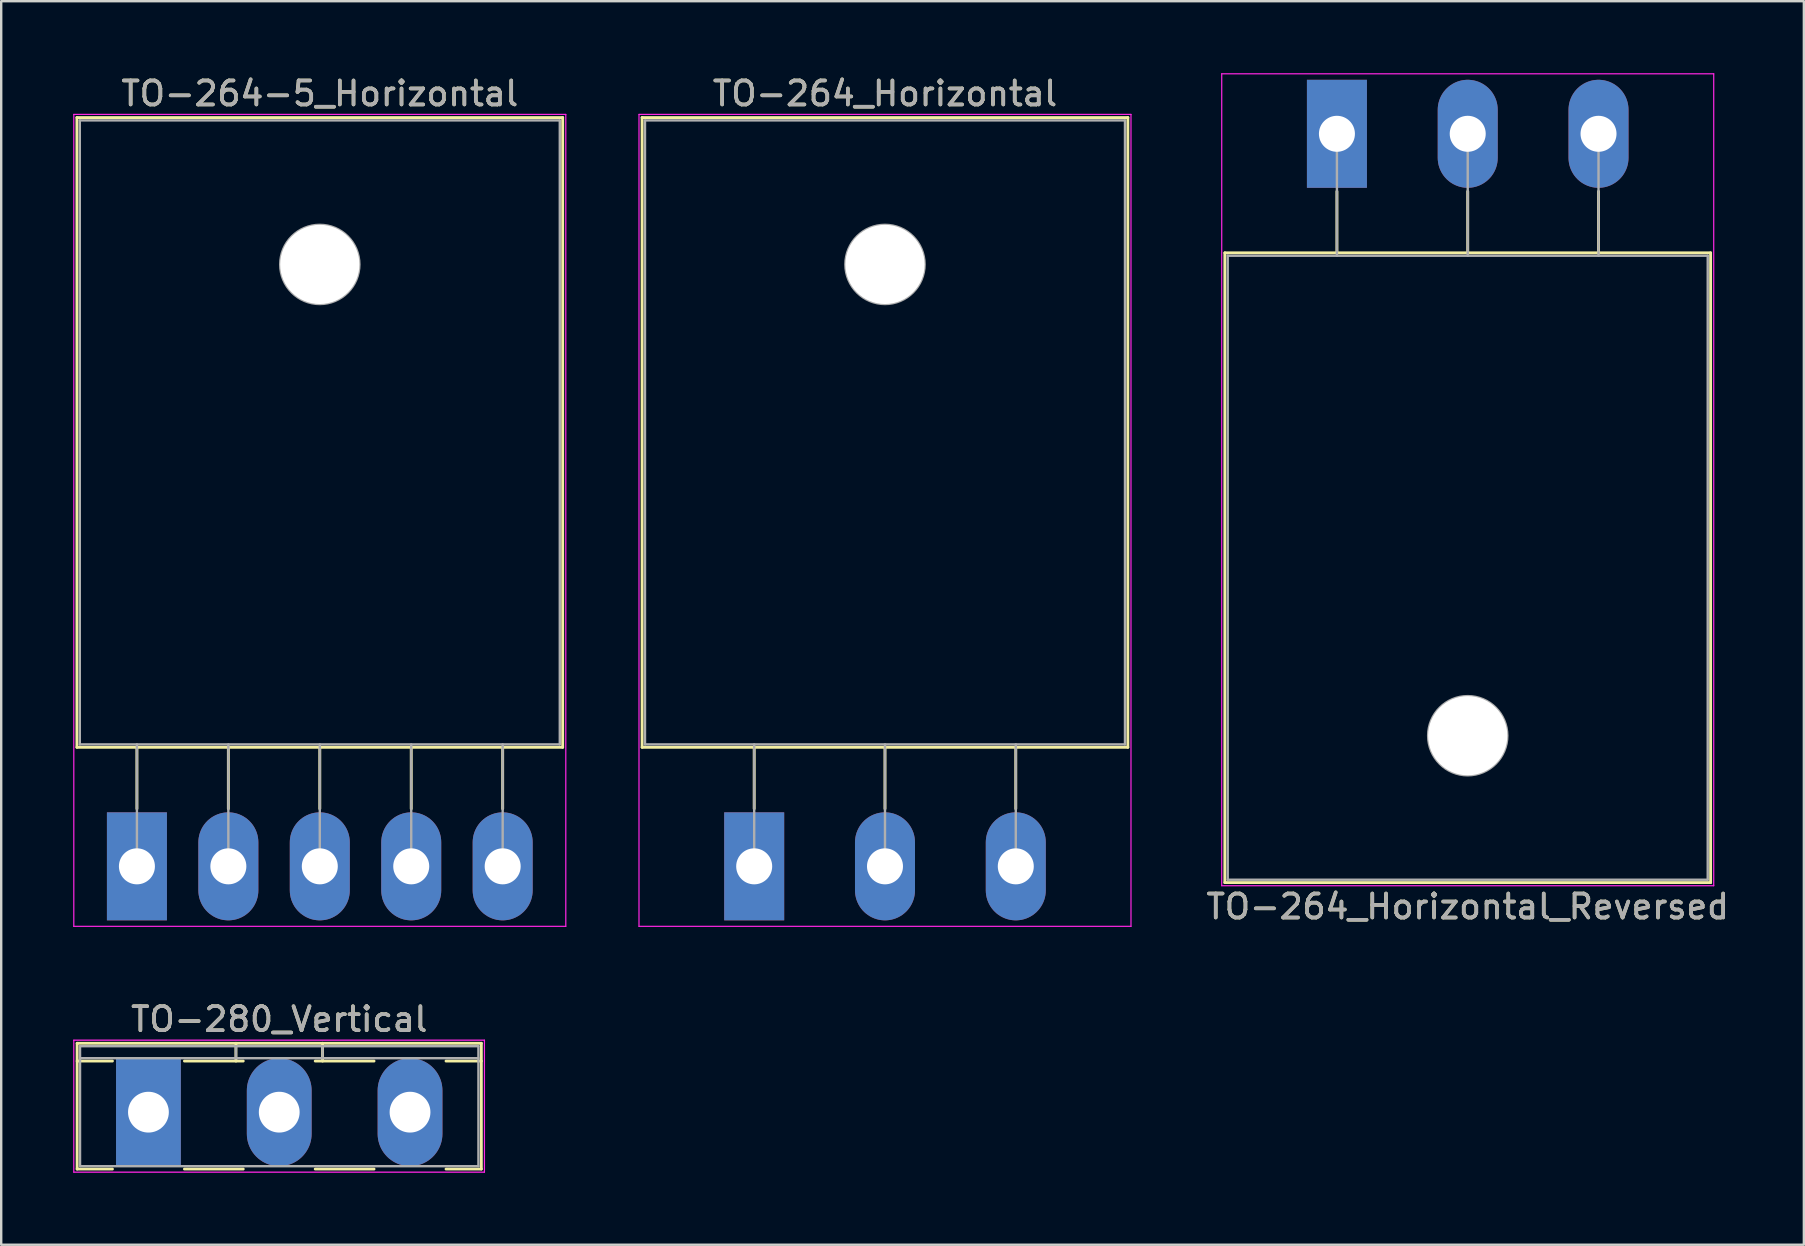
<source format=kicad_pcb>
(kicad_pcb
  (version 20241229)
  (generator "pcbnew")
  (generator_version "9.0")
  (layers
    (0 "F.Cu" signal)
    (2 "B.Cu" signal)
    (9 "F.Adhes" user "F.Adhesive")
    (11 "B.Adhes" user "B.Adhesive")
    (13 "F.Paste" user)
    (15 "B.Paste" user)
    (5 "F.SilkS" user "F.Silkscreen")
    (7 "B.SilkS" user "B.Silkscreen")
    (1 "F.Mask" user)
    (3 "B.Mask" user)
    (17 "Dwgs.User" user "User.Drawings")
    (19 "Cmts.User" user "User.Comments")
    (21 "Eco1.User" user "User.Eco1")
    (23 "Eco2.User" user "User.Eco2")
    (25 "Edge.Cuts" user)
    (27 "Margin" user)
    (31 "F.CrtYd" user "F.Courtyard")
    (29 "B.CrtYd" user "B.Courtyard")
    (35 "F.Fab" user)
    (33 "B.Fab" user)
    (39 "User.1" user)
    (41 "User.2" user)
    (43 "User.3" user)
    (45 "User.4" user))
  (footprint "TO-264-5_Horizontal"
    (layer "F.Cu")
    (at 2.655 33.048)
    (property "Reference" "TO-264-5_Horizontal" (at 7.62 -32.2 0) (layer "F.SilkS") (effects (font (size 1 1) (thickness 0.15))))
    (attr through_hole)
    (fp_line (start -2.5 -31.2) (end -2.5 -4.96) (stroke (width 0.12) (type solid)) (layer "F.SilkS"))
    (fp_line (start -2.5 -31.2) (end 17.74 -31.2) (stroke (width 0.12) (type solid)) (layer "F.SilkS"))
    (fp_line (start -2.5 -4.96) (end 17.74 -4.96) (stroke (width 0.12) (type solid)) (layer "F.SilkS"))
    (fp_line (start 0 -4.96) (end 0 -2.4) (stroke (width 0.12) (type solid)) (layer "F.SilkS"))
    (fp_line (start 3.81 -4.96) (end 3.81 -2.4) (stroke (width 0.12) (type solid)) (layer "F.SilkS"))
    (fp_line (start 7.62 -4.96) (end 7.62 -2.4) (stroke (width 0.12) (type solid)) (layer "F.SilkS"))
    (fp_line (start 11.43 -4.96) (end 11.43 -2.4) (stroke (width 0.12) (type solid)) (layer "F.SilkS"))
    (fp_line (start 15.24 -4.96) (end 15.24 -2.4) (stroke (width 0.12) (type solid)) (layer "F.SilkS"))
    (fp_line (start 17.74 -31.2) (end 17.74 -4.96) (stroke (width 0.12) (type solid)) (layer "F.SilkS"))
    (fp_line (start -2.63 -31.33) (end -2.63 2.5) (stroke (width 0.05) (type solid)) (layer "F.CrtYd"))
    (fp_line (start -2.63 2.5) (end 17.87 2.5) (stroke (width 0.05) (type solid)) (layer "F.CrtYd"))
    (fp_line (start 17.87 -31.33) (end -2.63 -31.33) (stroke (width 0.05) (type solid)) (layer "F.CrtYd"))
    (fp_line (start 17.87 2.5) (end 17.87 -31.33) (stroke (width 0.05) (type solid)) (layer "F.CrtYd"))
    (fp_line (start -2.38 -31.08) (end 17.62 -31.08) (stroke (width 0.1) (type solid)) (layer "F.Fab"))
    (fp_line (start -2.38 -5.08) (end -2.38 -31.08) (stroke (width 0.1) (type solid)) (layer "F.Fab"))
    (fp_line (start 0 -5.08) (end 0 0) (stroke (width 0.1) (type solid)) (layer "F.Fab"))
    (fp_line (start 3.81 -5.08) (end 3.81 0) (stroke (width 0.1) (type solid)) (layer "F.Fab"))
    (fp_line (start 7.62 -5.08) (end 7.62 0) (stroke (width 0.1) (type solid)) (layer "F.Fab"))
    (fp_line (start 11.43 -5.08) (end 11.43 0) (stroke (width 0.1) (type solid)) (layer "F.Fab"))
    (fp_line (start 15.24 -5.08) (end 15.24 0) (stroke (width 0.1) (type solid)) (layer "F.Fab"))
    (fp_line (start 17.62 -31.08) (end 17.62 -5.08) (stroke (width 0.1) (type solid)) (layer "F.Fab"))
    (fp_line (start 17.62 -5.08) (end -2.38 -5.08) (stroke (width 0.1) (type solid)) (layer "F.Fab"))
    (fp_circle (center 7.62 -25.08) (end 9.27 -25.08) (stroke (width 0.1) (type solid)) (fill no) (layer "F.Fab"))
    (fp_text user "${REFERENCE}" (at 7.62 -32.2 0) (layer "F.Fab") (effects (font (size 1 1) (thickness 0.15))))
    (pad "" np_thru_hole oval (at 7.62 -25.08) (size 3.3 3.3) (drill 3.3) (layers "*.Cu" "*.Mask"))
    (pad "1" thru_hole rect (at 0 0) (size 2.5 4.5) (drill 1.5) (layers "*.Cu" "*.Mask"))
    (pad "2" thru_hole oval (at 3.81 0) (size 2.5 4.5) (drill 1.5) (layers "*.Cu" "*.Mask"))
    (pad "3" thru_hole oval (at 7.62 0) (size 2.5 4.5) (drill 1.5) (layers "*.Cu" "*.Mask"))
    (pad "4" thru_hole oval (at 11.43 0) (size 2.5 4.5) (drill 1.5) (layers "*.Cu" "*.Mask"))
    (pad "5" thru_hole oval (at 15.24 0) (size 2.5 4.5) (drill 1.5) (layers "*.Cu" "*.Mask")))
  (footprint "TO-280_Vertical"
    (layer "F.Cu")
    (at 3.135 43.291)
    (property "Reference" "TO-280_Vertical" (at 5.45 -3.87 0) (layer "F.SilkS") (effects (font (size 1 1) (thickness 0.15))))
    (attr through_hole)
    (fp_line (start -2.971 -2.87) (end -2.971 2.37) (stroke (width 0.12) (type solid)) (layer "F.SilkS"))
    (fp_line (start -2.971 -2.87) (end 13.87 -2.87) (stroke (width 0.12) (type solid)) (layer "F.SilkS"))
    (fp_line (start -2.971 -2.13) (end -1.5 -2.13) (stroke (width 0.12) (type solid)) (layer "F.SilkS"))
    (fp_line (start -2.971 2.37) (end -1.5 2.37) (stroke (width 0.12) (type solid)) (layer "F.SilkS"))
    (fp_line (start 1.5 -2.13) (end 3.95 -2.13) (stroke (width 0.12) (type solid)) (layer "F.SilkS"))
    (fp_line (start 1.5 2.37) (end 3.95 2.37) (stroke (width 0.12) (type solid)) (layer "F.SilkS"))
    (fp_line (start 3.646 -2.87) (end 3.646 -2.13) (stroke (width 0.12) (type solid)) (layer "F.SilkS"))
    (fp_line (start 6.95 -2.13) (end 9.4 -2.13) (stroke (width 0.12) (type solid)) (layer "F.SilkS"))
    (fp_line (start 6.95 2.37) (end 9.4 2.37) (stroke (width 0.12) (type solid)) (layer "F.SilkS"))
    (fp_line (start 7.255 -2.87) (end 7.255 -2.13) (stroke (width 0.12) (type solid)) (layer "F.SilkS"))
    (fp_line (start 12.4 -2.13) (end 13.87 -2.13) (stroke (width 0.12) (type solid)) (layer "F.SilkS"))
    (fp_line (start 12.4 2.37) (end 13.87 2.37) (stroke (width 0.12) (type solid)) (layer "F.SilkS"))
    (fp_line (start 13.87 -2.87) (end 13.87 2.37) (stroke (width 0.12) (type solid)) (layer "F.SilkS"))
    (fp_line (start -3.11 -3) (end -3.11 2.5) (stroke (width 0.05) (type solid)) (layer "F.CrtYd"))
    (fp_line (start -3.11 2.5) (end 14 2.5) (stroke (width 0.05) (type solid)) (layer "F.CrtYd"))
    (fp_line (start 14 -3) (end -3.11 -3) (stroke (width 0.05) (type solid)) (layer "F.CrtYd"))
    (fp_line (start 14 2.5) (end 14 -3) (stroke (width 0.05) (type solid)) (layer "F.CrtYd"))
    (fp_line (start -2.85 -2.75) (end -2.85 2.25) (stroke (width 0.1) (type solid)) (layer "F.Fab"))
    (fp_line (start -2.85 -2.25) (end 13.75 -2.25) (stroke (width 0.1) (type solid)) (layer "F.Fab"))
    (fp_line (start -2.85 2.25) (end 13.75 2.25) (stroke (width 0.1) (type solid)) (layer "F.Fab"))
    (fp_line (start 3.645 -2.75) (end 3.645 -2.25) (stroke (width 0.1) (type solid)) (layer "F.Fab"))
    (fp_line (start 7.255 -2.75) (end 7.255 -2.25) (stroke (width 0.1) (type solid)) (layer "F.Fab"))
    (fp_line (start 13.75 -2.75) (end -2.85 -2.75) (stroke (width 0.1) (type solid)) (layer "F.Fab"))
    (fp_line (start 13.75 2.25) (end 13.75 -2.75) (stroke (width 0.1) (type solid)) (layer "F.Fab"))
    (fp_text user "${REFERENCE}" (at 5.45 -3.87 0) (layer "F.Fab") (effects (font (size 1 1) (thickness 0.15))))
    (pad "1" thru_hole rect (at 0 0) (size 2.7 4.5) (drill 1.7) (layers "*.Cu" "*.Mask"))
    (pad "2" thru_hole oval (at 5.45 0) (size 2.7 4.5) (drill 1.7) (layers "*.Cu" "*.Mask"))
    (pad "3" thru_hole oval (at 10.9 0) (size 2.7 4.5) (drill 1.7) (layers "*.Cu" "*.Mask")))
  (footprint "TO-264_Horizontal"
    (layer "F.Cu")
    (at 28.375 33.048)
    (property "Reference" "TO-264_Horizontal" (at 5.45 -32.2 0) (layer "F.SilkS") (effects (font (size 1 1) (thickness 0.15))))
    (attr through_hole)
    (fp_line (start -4.67 -31.2) (end -4.67 -4.96) (stroke (width 0.12) (type solid)) (layer "F.SilkS"))
    (fp_line (start -4.67 -31.2) (end 15.57 -31.2) (stroke (width 0.12) (type solid)) (layer "F.SilkS"))
    (fp_line (start -4.67 -4.96) (end 15.57 -4.96) (stroke (width 0.12) (type solid)) (layer "F.SilkS"))
    (fp_line (start 0 -4.96) (end 0 -2.4) (stroke (width 0.12) (type solid)) (layer "F.SilkS"))
    (fp_line (start 5.45 -4.96) (end 5.45 -2.4) (stroke (width 0.12) (type solid)) (layer "F.SilkS"))
    (fp_line (start 10.9 -4.96) (end 10.9 -2.4) (stroke (width 0.12) (type solid)) (layer "F.SilkS"))
    (fp_line (start 15.57 -31.2) (end 15.57 -4.96) (stroke (width 0.12) (type solid)) (layer "F.SilkS"))
    (fp_line (start -4.8 -31.33) (end -4.8 2.5) (stroke (width 0.05) (type solid)) (layer "F.CrtYd"))
    (fp_line (start -4.8 2.5) (end 15.7 2.5) (stroke (width 0.05) (type solid)) (layer "F.CrtYd"))
    (fp_line (start 15.7 -31.33) (end -4.8 -31.33) (stroke (width 0.05) (type solid)) (layer "F.CrtYd"))
    (fp_line (start 15.7 2.5) (end 15.7 -31.33) (stroke (width 0.05) (type solid)) (layer "F.CrtYd"))
    (fp_line (start -4.55 -31.08) (end 15.45 -31.08) (stroke (width 0.1) (type solid)) (layer "F.Fab"))
    (fp_line (start -4.55 -5.08) (end -4.55 -31.08) (stroke (width 0.1) (type solid)) (layer "F.Fab"))
    (fp_line (start 0 -5.08) (end 0 0) (stroke (width 0.1) (type solid)) (layer "F.Fab"))
    (fp_line (start 5.45 -5.08) (end 5.45 0) (stroke (width 0.1) (type solid)) (layer "F.Fab"))
    (fp_line (start 10.9 -5.08) (end 10.9 0) (stroke (width 0.1) (type solid)) (layer "F.Fab"))
    (fp_line (start 15.45 -31.08) (end 15.45 -5.08) (stroke (width 0.1) (type solid)) (layer "F.Fab"))
    (fp_line (start 15.45 -5.08) (end -4.55 -5.08) (stroke (width 0.1) (type solid)) (layer "F.Fab"))
    (fp_circle (center 5.45 -25.08) (end 7.1 -25.08) (stroke (width 0.1) (type solid)) (fill no) (layer "F.Fab"))
    (fp_text user "${REFERENCE}" (at 5.45 -32.2 0) (layer "F.Fab") (effects (font (size 1 1) (thickness 0.15))))
    (pad "" np_thru_hole oval (at 5.45 -25.08) (size 3.3 3.3) (drill 3.3) (layers "*.Cu" "*.Mask"))
    (pad "1" thru_hole rect (at 0 0) (size 2.5 4.5) (drill 1.5) (layers "*.Cu" "*.Mask"))
    (pad "2" thru_hole oval (at 5.45 0) (size 2.5 4.5) (drill 1.5) (layers "*.Cu" "*.Mask"))
    (pad "3" thru_hole oval (at 10.9 0) (size 2.5 4.5) (drill 1.5) (layers "*.Cu" "*.Mask")))
  (footprint "TO-264_Horizontal_Reversed"
    (layer "F.Cu")
    (at 52.656 2.525)
    (property "Reference" "TO-264_Horizontal_Reversed" (at 5.45 32.2 0) (layer "F.SilkS") (effects (font (size 1 1) (thickness 0.15))))
    (attr through_hole)
    (fp_line (start -4.67 4.96) (end -4.67 31.2) (stroke (width 0.12) (type solid)) (layer "F.SilkS"))
    (fp_line (start -4.67 4.96) (end 15.57 4.96) (stroke (width 0.12) (type solid)) (layer "F.SilkS"))
    (fp_line (start -4.67 31.2) (end 15.57 31.2) (stroke (width 0.12) (type solid)) (layer "F.SilkS"))
    (fp_line (start 0 2.4) (end 0 4.96) (stroke (width 0.12) (type solid)) (layer "F.SilkS"))
    (fp_line (start 5.45 2.4) (end 5.45 4.96) (stroke (width 0.12) (type solid)) (layer "F.SilkS"))
    (fp_line (start 10.9 2.4) (end 10.9 4.96) (stroke (width 0.12) (type solid)) (layer "F.SilkS"))
    (fp_line (start 15.57 4.96) (end 15.57 31.2) (stroke (width 0.12) (type solid)) (layer "F.SilkS"))
    (fp_line (start -4.8 -2.5) (end -4.8 31.33) (stroke (width 0.05) (type solid)) (layer "F.CrtYd"))
    (fp_line (start -4.8 31.33) (end 15.7 31.33) (stroke (width 0.05) (type solid)) (layer "F.CrtYd"))
    (fp_line (start 15.7 -2.5) (end -4.8 -2.5) (stroke (width 0.05) (type solid)) (layer "F.CrtYd"))
    (fp_line (start 15.7 31.33) (end 15.7 -2.5) (stroke (width 0.05) (type solid)) (layer "F.CrtYd"))
    (fp_line (start -4.55 5.08) (end -4.55 31.08) (stroke (width 0.1) (type solid)) (layer "F.Fab"))
    (fp_line (start -4.55 31.08) (end 15.45 31.08) (stroke (width 0.1) (type solid)) (layer "F.Fab"))
    (fp_line (start 0 5.08) (end 0 0) (stroke (width 0.1) (type solid)) (layer "F.Fab"))
    (fp_line (start 5.45 5.08) (end 5.45 0) (stroke (width 0.1) (type solid)) (layer "F.Fab"))
    (fp_line (start 10.9 5.08) (end 10.9 0) (stroke (width 0.1) (type solid)) (layer "F.Fab"))
    (fp_line (start 15.45 5.08) (end -4.55 5.08) (stroke (width 0.1) (type solid)) (layer "F.Fab"))
    (fp_line (start 15.45 31.08) (end 15.45 5.08) (stroke (width 0.1) (type solid)) (layer "F.Fab"))
    (fp_circle (center 5.45 25.08) (end 7.1 25.08) (stroke (width 0.1) (type solid)) (fill no) (layer "F.Fab"))
    (fp_text user "${REFERENCE}" (at 5.45 32.2 0) (layer "F.Fab") (effects (font (size 1 1) (thickness 0.15))))
    (pad "" np_thru_hole oval (at 5.45 25.08) (size 3.3 3.3) (drill 3.3) (layers "*.Cu" "*.Mask"))
    (pad "1" thru_hole rect (at 0 0) (size 2.5 4.5) (drill 1.5) (layers "*.Cu" "*.Mask"))
    (pad "2" thru_hole oval (at 5.45 0) (size 2.5 4.5) (drill 1.5) (layers "*.Cu" "*.Mask"))
    (pad "3" thru_hole oval (at 10.9 0) (size 2.5 4.5) (drill 1.5) (layers "*.Cu" "*.Mask")))
  (gr_rect
    (start -3 -3)
    (end 72.112 48.816)
    (stroke (width 0.1) (type default))
    (fill no)
    (layer "Edge.Cuts")))
</source>
